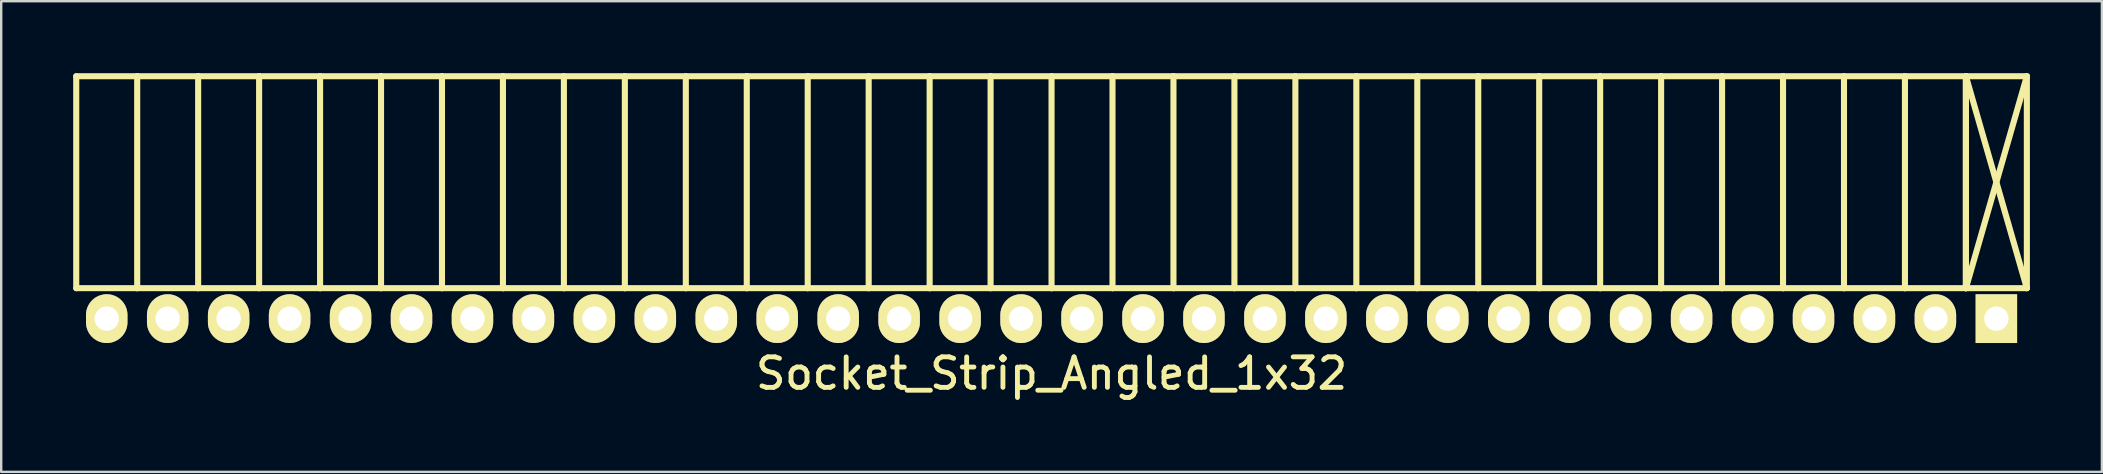
<source format=kicad_pcb>
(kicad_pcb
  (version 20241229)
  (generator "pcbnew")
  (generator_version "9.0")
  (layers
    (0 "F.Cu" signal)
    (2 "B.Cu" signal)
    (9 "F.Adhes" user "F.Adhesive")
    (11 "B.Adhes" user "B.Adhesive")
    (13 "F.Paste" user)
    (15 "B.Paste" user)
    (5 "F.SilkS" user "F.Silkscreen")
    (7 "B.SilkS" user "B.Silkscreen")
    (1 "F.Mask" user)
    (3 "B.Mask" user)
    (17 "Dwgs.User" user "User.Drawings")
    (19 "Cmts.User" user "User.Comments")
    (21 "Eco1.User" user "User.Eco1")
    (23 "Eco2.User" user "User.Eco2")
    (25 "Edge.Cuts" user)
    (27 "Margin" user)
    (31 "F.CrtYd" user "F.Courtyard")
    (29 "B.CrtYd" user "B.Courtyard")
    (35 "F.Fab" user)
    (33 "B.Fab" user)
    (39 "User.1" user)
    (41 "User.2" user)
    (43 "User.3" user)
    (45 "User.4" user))
  (footprint "Socket_Strip_Angled_1x32"
    (layer "F.Cu")
    (at 40.767 10.227)
    (property "Reference" "Socket_Strip_Angled_1x32" (at 0 2.286 0) (layer "F.SilkS") (effects (font (size 1.27 1.27) (thickness 0.203))))
    (attr through_hole)
    (fp_line (start -40.64 -10.1) (end -40.64 -1.27) (stroke (width 0.254) (type solid)) (layer "F.SilkS"))
    (fp_line (start -38.1 -10.1) (end -40.64 -10.1) (stroke (width 0.254) (type solid)) (layer "F.SilkS"))
    (fp_line (start -38.1 -10.1) (end -38.1 -1.27) (stroke (width 0.254) (type solid)) (layer "F.SilkS"))
    (fp_line (start -38.1 -1.27) (end -40.64 -1.27) (stroke (width 0.254) (type solid)) (layer "F.SilkS"))
    (fp_line (start -35.56 -10.1) (end -38.1 -10.1) (stroke (width 0.254) (type solid)) (layer "F.SilkS"))
    (fp_line (start -35.56 -10.1) (end -35.56 -1.27) (stroke (width 0.254) (type solid)) (layer "F.SilkS"))
    (fp_line (start -35.56 -1.27) (end -38.1 -1.27) (stroke (width 0.254) (type solid)) (layer "F.SilkS"))
    (fp_line (start -33.02 -10.1) (end -35.56 -10.1) (stroke (width 0.254) (type solid)) (layer "F.SilkS"))
    (fp_line (start -33.02 -10.1) (end -33.02 -1.27) (stroke (width 0.254) (type solid)) (layer "F.SilkS"))
    (fp_line (start -33.02 -1.27) (end -35.56 -1.27) (stroke (width 0.254) (type solid)) (layer "F.SilkS"))
    (fp_line (start -30.48 -10.1) (end -33.02 -10.1) (stroke (width 0.254) (type solid)) (layer "F.SilkS"))
    (fp_line (start -30.48 -10.1) (end -30.48 -1.27) (stroke (width 0.254) (type solid)) (layer "F.SilkS"))
    (fp_line (start -30.48 -1.27) (end -33.02 -1.27) (stroke (width 0.254) (type solid)) (layer "F.SilkS"))
    (fp_line (start -27.94 -10.1) (end -30.48 -10.1) (stroke (width 0.254) (type solid)) (layer "F.SilkS"))
    (fp_line (start -27.94 -10.1) (end -27.94 -1.27) (stroke (width 0.254) (type solid)) (layer "F.SilkS"))
    (fp_line (start -27.94 -1.27) (end -30.48 -1.27) (stroke (width 0.254) (type solid)) (layer "F.SilkS"))
    (fp_line (start -25.4 -10.1) (end -27.94 -10.1) (stroke (width 0.254) (type solid)) (layer "F.SilkS"))
    (fp_line (start -25.4 -10.1) (end -25.4 -1.27) (stroke (width 0.254) (type solid)) (layer "F.SilkS"))
    (fp_line (start -25.4 -1.27) (end -27.94 -1.27) (stroke (width 0.254) (type solid)) (layer "F.SilkS"))
    (fp_line (start -22.86 -10.1) (end -25.4 -10.1) (stroke (width 0.254) (type solid)) (layer "F.SilkS"))
    (fp_line (start -22.86 -10.1) (end -22.86 -1.27) (stroke (width 0.254) (type solid)) (layer "F.SilkS"))
    (fp_line (start -22.86 -1.27) (end -25.4 -1.27) (stroke (width 0.254) (type solid)) (layer "F.SilkS"))
    (fp_line (start -20.32 -10.1) (end -22.86 -10.1) (stroke (width 0.254) (type solid)) (layer "F.SilkS"))
    (fp_line (start -20.32 -10.1) (end -20.32 -1.27) (stroke (width 0.254) (type solid)) (layer "F.SilkS"))
    (fp_line (start -20.32 -1.27) (end -22.86 -1.27) (stroke (width 0.254) (type solid)) (layer "F.SilkS"))
    (fp_line (start -17.78 -10.1) (end -20.32 -10.1) (stroke (width 0.254) (type solid)) (layer "F.SilkS"))
    (fp_line (start -17.78 -10.1) (end -17.78 -1.27) (stroke (width 0.254) (type solid)) (layer "F.SilkS"))
    (fp_line (start -17.78 -1.27) (end -20.32 -1.27) (stroke (width 0.254) (type solid)) (layer "F.SilkS"))
    (fp_line (start -15.24 -10.1) (end -17.78 -10.1) (stroke (width 0.254) (type solid)) (layer "F.SilkS"))
    (fp_line (start -15.24 -10.1) (end -15.24 -1.27) (stroke (width 0.254) (type solid)) (layer "F.SilkS"))
    (fp_line (start -15.24 -1.27) (end -17.78 -1.27) (stroke (width 0.254) (type solid)) (layer "F.SilkS"))
    (fp_line (start -12.7 -10.1) (end -15.24 -10.1) (stroke (width 0.254) (type solid)) (layer "F.SilkS"))
    (fp_line (start -12.7 -10.1) (end -12.7 -1.27) (stroke (width 0.254) (type solid)) (layer "F.SilkS"))
    (fp_line (start -12.7 -1.27) (end -15.24 -1.27) (stroke (width 0.254) (type solid)) (layer "F.SilkS"))
    (fp_line (start -10.16 -10.1) (end -12.7 -10.1) (stroke (width 0.254) (type solid)) (layer "F.SilkS"))
    (fp_line (start -10.16 -10.1) (end -10.16 -1.27) (stroke (width 0.254) (type solid)) (layer "F.SilkS"))
    (fp_line (start -10.16 -1.27) (end -12.7 -1.27) (stroke (width 0.254) (type solid)) (layer "F.SilkS"))
    (fp_line (start -7.62 -10.1) (end -10.16 -10.1) (stroke (width 0.254) (type solid)) (layer "F.SilkS"))
    (fp_line (start -7.62 -10.1) (end -7.62 -1.27) (stroke (width 0.254) (type solid)) (layer "F.SilkS"))
    (fp_line (start -7.62 -1.27) (end -10.16 -1.27) (stroke (width 0.254) (type solid)) (layer "F.SilkS"))
    (fp_line (start -5.08 -10.1) (end -7.62 -10.1) (stroke (width 0.254) (type solid)) (layer "F.SilkS"))
    (fp_line (start -5.08 -10.1) (end -5.08 -1.27) (stroke (width 0.254) (type solid)) (layer "F.SilkS"))
    (fp_line (start -5.08 -1.27) (end -7.62 -1.27) (stroke (width 0.254) (type solid)) (layer "F.SilkS"))
    (fp_line (start -2.54 -10.1) (end -5.08 -10.1) (stroke (width 0.254) (type solid)) (layer "F.SilkS"))
    (fp_line (start -2.54 -10.1) (end -2.54 -1.27) (stroke (width 0.254) (type solid)) (layer "F.SilkS"))
    (fp_line (start -2.54 -1.27) (end -5.08 -1.27) (stroke (width 0.254) (type solid)) (layer "F.SilkS"))
    (fp_line (start 0 -10.1) (end -2.54 -10.1) (stroke (width 0.254) (type solid)) (layer "F.SilkS"))
    (fp_line (start 0 -10.1) (end 0 -1.27) (stroke (width 0.254) (type solid)) (layer "F.SilkS"))
    (fp_line (start 0 -1.27) (end -2.54 -1.27) (stroke (width 0.254) (type solid)) (layer "F.SilkS"))
    (fp_line (start 2.54 -10.1) (end 0 -10.1) (stroke (width 0.254) (type solid)) (layer "F.SilkS"))
    (fp_line (start 2.54 -10.1) (end 2.54 -1.27) (stroke (width 0.254) (type solid)) (layer "F.SilkS"))
    (fp_line (start 2.54 -1.27) (end 0 -1.27) (stroke (width 0.254) (type solid)) (layer "F.SilkS"))
    (fp_line (start 5.08 -10.1) (end 2.54 -10.1) (stroke (width 0.254) (type solid)) (layer "F.SilkS"))
    (fp_line (start 5.08 -10.1) (end 5.08 -1.27) (stroke (width 0.254) (type solid)) (layer "F.SilkS"))
    (fp_line (start 5.08 -1.27) (end 2.54 -1.27) (stroke (width 0.254) (type solid)) (layer "F.SilkS"))
    (fp_line (start 7.62 -10.1) (end 5.08 -10.1) (stroke (width 0.254) (type solid)) (layer "F.SilkS"))
    (fp_line (start 7.62 -10.1) (end 7.62 -1.27) (stroke (width 0.254) (type solid)) (layer "F.SilkS"))
    (fp_line (start 7.62 -1.27) (end 5.08 -1.27) (stroke (width 0.254) (type solid)) (layer "F.SilkS"))
    (fp_line (start 10.16 -10.1) (end 7.62 -10.1) (stroke (width 0.254) (type solid)) (layer "F.SilkS"))
    (fp_line (start 10.16 -10.1) (end 10.16 -1.27) (stroke (width 0.254) (type solid)) (layer "F.SilkS"))
    (fp_line (start 10.16 -1.27) (end 7.62 -1.27) (stroke (width 0.254) (type solid)) (layer "F.SilkS"))
    (fp_line (start 12.7 -10.1) (end 10.16 -10.1) (stroke (width 0.254) (type solid)) (layer "F.SilkS"))
    (fp_line (start 12.7 -10.1) (end 12.7 -1.27) (stroke (width 0.254) (type solid)) (layer "F.SilkS"))
    (fp_line (start 12.7 -1.27) (end 10.16 -1.27) (stroke (width 0.254) (type solid)) (layer "F.SilkS"))
    (fp_line (start 15.24 -10.1) (end 12.7 -10.1) (stroke (width 0.254) (type solid)) (layer "F.SilkS"))
    (fp_line (start 15.24 -10.1) (end 15.24 -1.27) (stroke (width 0.254) (type solid)) (layer "F.SilkS"))
    (fp_line (start 15.24 -1.27) (end 12.7 -1.27) (stroke (width 0.254) (type solid)) (layer "F.SilkS"))
    (fp_line (start 17.78 -10.1) (end 15.24 -10.1) (stroke (width 0.254) (type solid)) (layer "F.SilkS"))
    (fp_line (start 17.78 -10.1) (end 17.78 -1.27) (stroke (width 0.254) (type solid)) (layer "F.SilkS"))
    (fp_line (start 17.78 -1.27) (end 15.24 -1.27) (stroke (width 0.254) (type solid)) (layer "F.SilkS"))
    (fp_line (start 20.32 -10.1) (end 17.78 -10.1) (stroke (width 0.254) (type solid)) (layer "F.SilkS"))
    (fp_line (start 20.32 -10.1) (end 20.32 -1.27) (stroke (width 0.254) (type solid)) (layer "F.SilkS"))
    (fp_line (start 20.32 -1.27) (end 17.78 -1.27) (stroke (width 0.254) (type solid)) (layer "F.SilkS"))
    (fp_line (start 22.86 -10.1) (end 20.32 -10.1) (stroke (width 0.254) (type solid)) (layer "F.SilkS"))
    (fp_line (start 22.86 -10.1) (end 22.86 -1.27) (stroke (width 0.254) (type solid)) (layer "F.SilkS"))
    (fp_line (start 22.86 -1.27) (end 20.32 -1.27) (stroke (width 0.254) (type solid)) (layer "F.SilkS"))
    (fp_line (start 25.4 -10.1) (end 22.86 -10.1) (stroke (width 0.254) (type solid)) (layer "F.SilkS"))
    (fp_line (start 25.4 -10.1) (end 25.4 -1.27) (stroke (width 0.254) (type solid)) (layer "F.SilkS"))
    (fp_line (start 25.4 -1.27) (end 22.86 -1.27) (stroke (width 0.254) (type solid)) (layer "F.SilkS"))
    (fp_line (start 27.94 -10.1) (end 25.4 -10.1) (stroke (width 0.254) (type solid)) (layer "F.SilkS"))
    (fp_line (start 27.94 -10.1) (end 27.94 -1.27) (stroke (width 0.254) (type solid)) (layer "F.SilkS"))
    (fp_line (start 27.94 -1.27) (end 25.4 -1.27) (stroke (width 0.254) (type solid)) (layer "F.SilkS"))
    (fp_line (start 30.48 -10.1) (end 27.94 -10.1) (stroke (width 0.254) (type solid)) (layer "F.SilkS"))
    (fp_line (start 30.48 -10.1) (end 30.48 -1.27) (stroke (width 0.254) (type solid)) (layer "F.SilkS"))
    (fp_line (start 30.48 -1.27) (end 27.94 -1.27) (stroke (width 0.254) (type solid)) (layer "F.SilkS"))
    (fp_line (start 33.02 -10.1) (end 30.48 -10.1) (stroke (width 0.254) (type solid)) (layer "F.SilkS"))
    (fp_line (start 33.02 -10.1) (end 33.02 -1.27) (stroke (width 0.254) (type solid)) (layer "F.SilkS"))
    (fp_line (start 33.02 -1.27) (end 30.48 -1.27) (stroke (width 0.254) (type solid)) (layer "F.SilkS"))
    (fp_line (start 35.56 -10.1) (end 33.02 -10.1) (stroke (width 0.254) (type solid)) (layer "F.SilkS"))
    (fp_line (start 35.56 -10.1) (end 35.56 -1.27) (stroke (width 0.254) (type solid)) (layer "F.SilkS"))
    (fp_line (start 35.56 -1.27) (end 33.02 -1.27) (stroke (width 0.254) (type solid)) (layer "F.SilkS"))
    (fp_line (start 38.1 -10.1) (end 35.56 -10.1) (stroke (width 0.254) (type solid)) (layer "F.SilkS"))
    (fp_line (start 38.1 -10.1) (end 38.1 -1.27) (stroke (width 0.254) (type solid)) (layer "F.SilkS"))
    (fp_line (start 38.1 -1.27) (end 35.56 -1.27) (stroke (width 0.254) (type solid)) (layer "F.SilkS"))
    (fp_line (start 38.1 -1.27) (end 38.1 -10.1) (stroke (width 0.254) (type solid)) (layer "F.SilkS"))
    (fp_line (start 40.64 -10.1) (end 38.1 -10.1) (stroke (width 0.254) (type solid)) (layer "F.SilkS"))
    (fp_line (start 40.64 -10.1) (end 38.1 -1.27) (stroke (width 0.254) (type solid)) (layer "F.SilkS"))
    (fp_line (start 40.64 -1.27) (end 38.1 -10.1) (stroke (width 0.254) (type solid)) (layer "F.SilkS"))
    (fp_line (start 40.64 -1.27) (end 38.1 -1.27) (stroke (width 0.254) (type solid)) (layer "F.SilkS"))
    (fp_line (start 40.64 -1.27) (end 40.64 -10.1) (stroke (width 0.254) (type solid)) (layer "F.SilkS"))
    (pad "1" thru_hole rect (at 39.37 0 180) (size 1.727 2.032) (drill 1.016) (layers "*.Cu" "*.Mask" "F.SilkS"))
    (pad "2" thru_hole oval (at 36.83 0 180) (size 1.727 2.032) (drill 1.016) (layers "*.Cu" "*.Mask" "F.SilkS"))
    (pad "3" thru_hole oval (at 34.29 0 180) (size 1.727 2.032) (drill 1.016) (layers "*.Cu" "*.Mask" "F.SilkS"))
    (pad "4" thru_hole oval (at 31.75 0 180) (size 1.727 2.032) (drill 1.016) (layers "*.Cu" "*.Mask" "F.SilkS"))
    (pad "5" thru_hole oval (at 29.21 0 180) (size 1.727 2.032) (drill 1.016) (layers "*.Cu" "*.Mask" "F.SilkS"))
    (pad "6" thru_hole oval (at 26.67 0 180) (size 1.727 2.032) (drill 1.016) (layers "*.Cu" "*.Mask" "F.SilkS"))
    (pad "7" thru_hole oval (at 24.13 0 180) (size 1.727 2.032) (drill 1.016) (layers "*.Cu" "*.Mask" "F.SilkS"))
    (pad "8" thru_hole oval (at 21.59 0 180) (size 1.727 2.032) (drill 1.016) (layers "*.Cu" "*.Mask" "F.SilkS"))
    (pad "9" thru_hole oval (at 19.05 0 180) (size 1.727 2.032) (drill 1.016) (layers "*.Cu" "*.Mask" "F.SilkS"))
    (pad "10" thru_hole oval (at 16.51 0 180) (size 1.727 2.032) (drill 1.016) (layers "*.Cu" "*.Mask" "F.SilkS"))
    (pad "11" thru_hole oval (at 13.97 0 180) (size 1.727 2.032) (drill 1.016) (layers "*.Cu" "*.Mask" "F.SilkS"))
    (pad "12" thru_hole oval (at 11.43 0 180) (size 1.727 2.032) (drill 1.016) (layers "*.Cu" "*.Mask" "F.SilkS"))
    (pad "13" thru_hole oval (at 8.89 0 180) (size 1.727 2.032) (drill 1.016) (layers "*.Cu" "*.Mask" "F.SilkS"))
    (pad "14" thru_hole oval (at 6.35 0 180) (size 1.727 2.032) (drill 1.016) (layers "*.Cu" "*.Mask" "F.SilkS"))
    (pad "15" thru_hole oval (at 3.81 0 180) (size 1.727 2.032) (drill 1.016) (layers "*.Cu" "*.Mask" "F.SilkS"))
    (pad "16" thru_hole oval (at 1.27 0 180) (size 1.727 2.032) (drill 1.016) (layers "*.Cu" "*.Mask" "F.SilkS"))
    (pad "17" thru_hole oval (at -1.27 0 180) (size 1.727 2.032) (drill 1.016) (layers "*.Cu" "*.Mask" "F.SilkS"))
    (pad "18" thru_hole oval (at -3.81 0 180) (size 1.727 2.032) (drill 1.016) (layers "*.Cu" "*.Mask" "F.SilkS"))
    (pad "19" thru_hole oval (at -6.35 0 180) (size 1.727 2.032) (drill 1.016) (layers "*.Cu" "*.Mask" "F.SilkS"))
    (pad "20" thru_hole oval (at -8.89 0 180) (size 1.727 2.032) (drill 1.016) (layers "*.Cu" "*.Mask" "F.SilkS"))
    (pad "21" thru_hole oval (at -11.43 0 180) (size 1.727 2.032) (drill 1.016) (layers "*.Cu" "*.Mask" "F.SilkS"))
    (pad "22" thru_hole oval (at -13.97 0 180) (size 1.727 2.032) (drill 1.016) (layers "*.Cu" "*.Mask" "F.SilkS"))
    (pad "23" thru_hole oval (at -16.51 0 180) (size 1.727 2.032) (drill 1.016) (layers "*.Cu" "*.Mask" "F.SilkS"))
    (pad "24" thru_hole oval (at -19.05 0 180) (size 1.727 2.032) (drill 1.016) (layers "*.Cu" "*.Mask" "F.SilkS"))
    (pad "25" thru_hole oval (at -21.59 0 180) (size 1.727 2.032) (drill 1.016) (layers "*.Cu" "*.Mask" "F.SilkS"))
    (pad "26" thru_hole oval (at -24.13 0 180) (size 1.727 2.032) (drill 1.016) (layers "*.Cu" "*.Mask" "F.SilkS"))
    (pad "27" thru_hole oval (at -26.67 0 180) (size 1.727 2.032) (drill 1.016) (layers "*.Cu" "*.Mask" "F.SilkS"))
    (pad "28" thru_hole oval (at -29.21 0 180) (size 1.727 2.032) (drill 1.016) (layers "*.Cu" "*.Mask" "F.SilkS"))
    (pad "29" thru_hole oval (at -31.75 0 180) (size 1.727 2.032) (drill 1.016) (layers "*.Cu" "*.Mask" "F.SilkS"))
    (pad "30" thru_hole oval (at -34.29 0 180) (size 1.727 2.032) (drill 1.016) (layers "*.Cu" "*.Mask" "F.SilkS"))
    (pad "31" thru_hole oval (at -36.83 0 180) (size 1.727 2.032) (drill 1.016) (layers "*.Cu" "*.Mask" "F.SilkS"))
    (pad "32" thru_hole oval (at -39.37 0 180) (size 1.727 2.032) (drill 1.016) (layers "*.Cu" "*.Mask" "F.SilkS")))
  (gr_rect
    (start -3 -3)
    (end 84.534 16.613)
    (stroke (width 0.1) (type default))
    (fill no)
    (layer "Edge.Cuts")))
</source>
